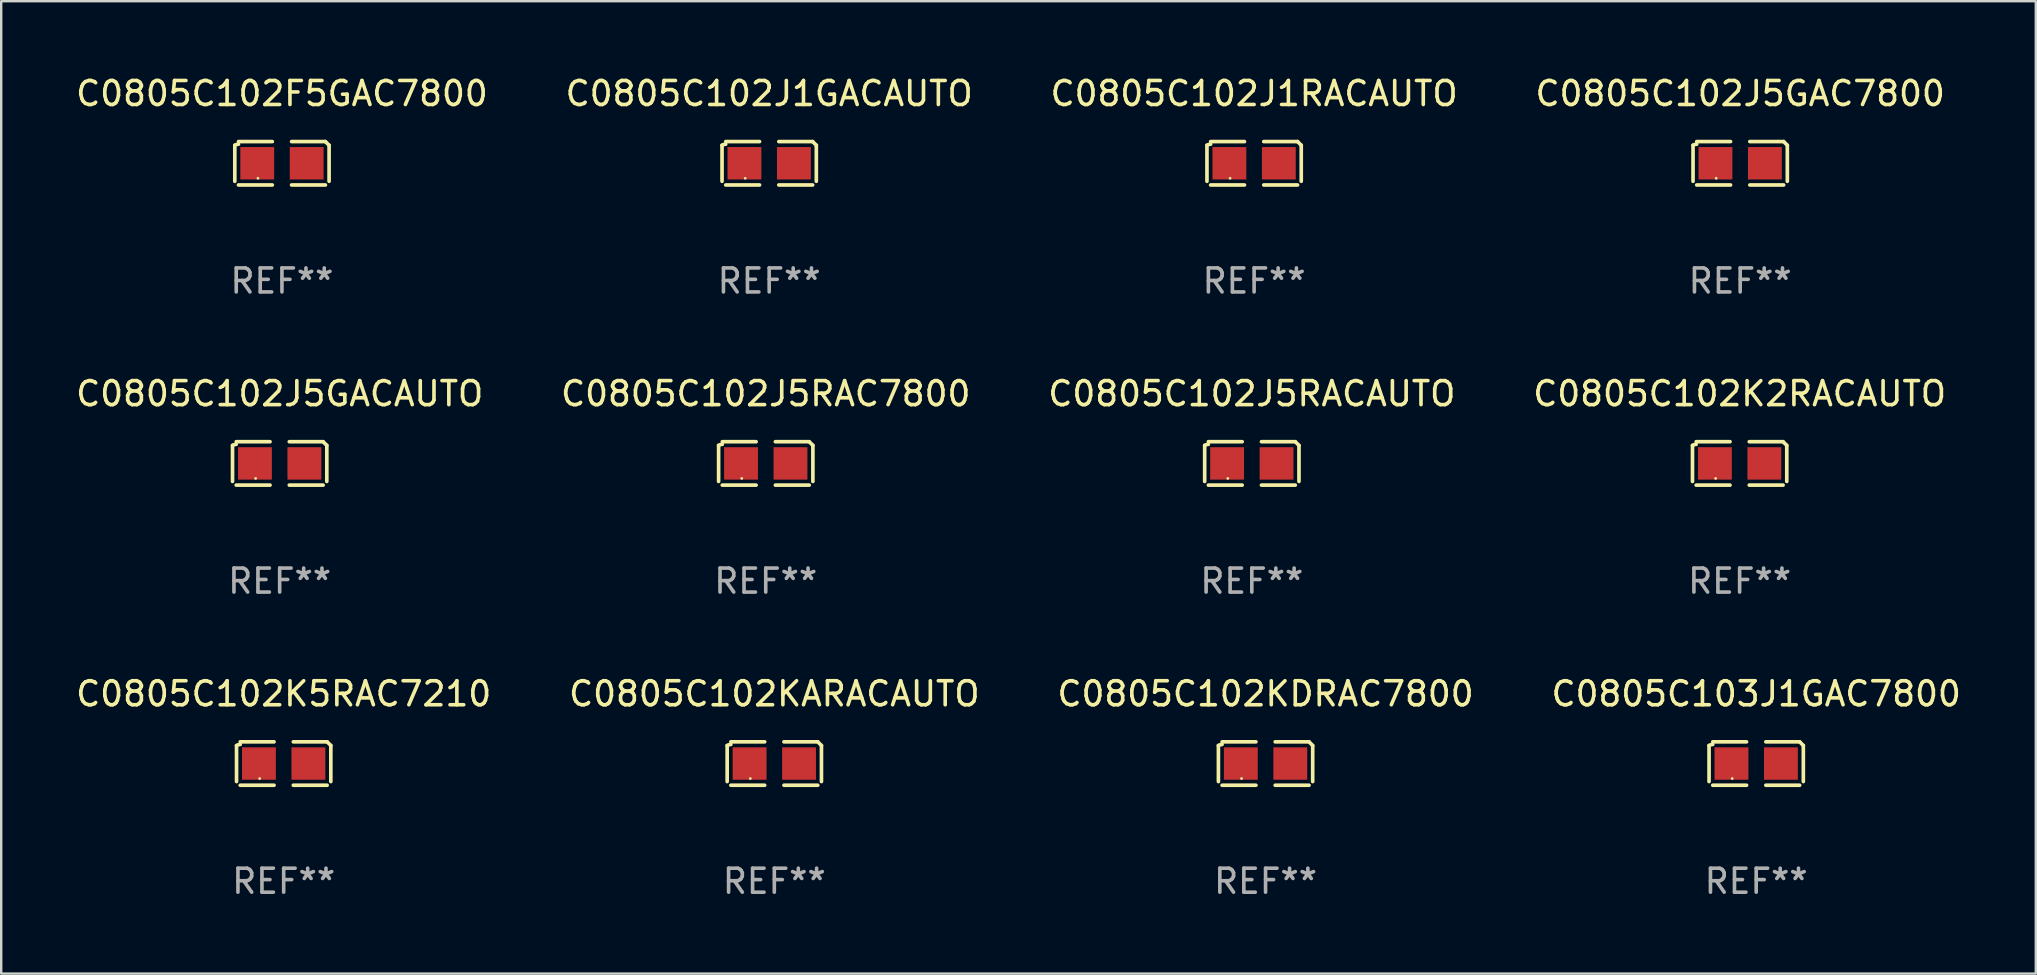
<source format=kicad_pcb>
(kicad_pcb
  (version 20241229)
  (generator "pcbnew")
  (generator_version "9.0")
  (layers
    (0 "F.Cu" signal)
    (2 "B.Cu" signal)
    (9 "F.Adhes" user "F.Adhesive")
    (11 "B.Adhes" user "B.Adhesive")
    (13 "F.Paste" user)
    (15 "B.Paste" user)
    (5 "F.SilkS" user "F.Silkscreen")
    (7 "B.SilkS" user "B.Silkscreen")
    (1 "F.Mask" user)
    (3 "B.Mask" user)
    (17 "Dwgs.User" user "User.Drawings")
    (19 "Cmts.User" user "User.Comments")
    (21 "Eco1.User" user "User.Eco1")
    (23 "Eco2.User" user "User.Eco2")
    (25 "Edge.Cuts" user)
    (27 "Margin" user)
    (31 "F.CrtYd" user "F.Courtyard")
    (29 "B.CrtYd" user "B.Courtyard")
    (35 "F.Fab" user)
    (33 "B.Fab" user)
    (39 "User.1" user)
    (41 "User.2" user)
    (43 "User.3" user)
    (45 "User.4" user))
  (footprint "C0805C102KARACAUTO"
    (layer "F.Cu")
    (at 29.208 28.759)
    (property "Reference" "C0805C102KARACAUTO" (at 0 -2.904 0) (layer "F.SilkS") (effects (font (size 1 1) (thickness 0.15))))
    (attr through_hole)
    (fp_line (start -1.964 0.751) (end -1.964 -0.751) (stroke (width 0.152) (type solid)) (layer "F.SilkS"))
    (fp_line (start -1.811 -0.904) (end -0.401 -0.904) (stroke (width 0.152) (type solid)) (layer "F.SilkS"))
    (fp_line (start -0.401 0.904) (end -1.811 0.904) (stroke (width 0.152) (type solid)) (layer "F.SilkS"))
    (fp_line (start 0.401 0.904) (end 1.811 0.904) (stroke (width 0.152) (type solid)) (layer "F.SilkS"))
    (fp_line (start 1.811 -0.904) (end 0.401 -0.904) (stroke (width 0.152) (type solid)) (layer "F.SilkS"))
    (fp_line (start 1.964 0.751) (end 1.964 -0.751) (stroke (width 0.152) (type solid)) (layer "F.SilkS"))
    (fp_arc (start -1.963602 -0.751207) (mid -1.890354 -0.783131) (end -1.811201 -0.794044) (stroke (width 0.1524) (type solid)) (layer "F.SilkS"))
    (fp_arc (start 1.811202 -0.903607) (mid 1.887413 -0.827418) (end 1.963602 -0.751207) (stroke (width 0.1524) (type solid)) (layer "F.SilkS"))
    (fp_circle (center -1 0.625) (end -0.97 0.625) (stroke (width 0.06) (type solid)) (fill no) (layer "F.SilkS"))
    (fp_text user "REF**" (at 0 4.904 0) (layer "F.Fab") (effects (font (size 1 1) (thickness 0.15))))
    (pad "1" smd rect (at -1.03 0) (size 1.41 1.35) (layers "F.Cu" "F.Mask" "F.Paste"))
    (pad "2" smd rect (at 1.03 0) (size 1.41 1.35) (layers "F.Cu" "F.Mask" "F.Paste")))
  (footprint "C0805C102KDRAC7800"
    (layer "F.Cu")
    (at 49.673 28.759)
    (property "Reference" "C0805C102KDRAC7800" (at 0 -2.904 0) (layer "F.SilkS") (effects (font (size 1 1) (thickness 0.15))))
    (attr through_hole)
    (fp_line (start -1.964 0.751) (end -1.964 -0.751) (stroke (width 0.152) (type solid)) (layer "F.SilkS"))
    (fp_line (start -1.811 -0.904) (end -0.401 -0.904) (stroke (width 0.152) (type solid)) (layer "F.SilkS"))
    (fp_line (start -0.401 0.904) (end -1.811 0.904) (stroke (width 0.152) (type solid)) (layer "F.SilkS"))
    (fp_line (start 0.401 0.904) (end 1.811 0.904) (stroke (width 0.152) (type solid)) (layer "F.SilkS"))
    (fp_line (start 1.811 -0.904) (end 0.401 -0.904) (stroke (width 0.152) (type solid)) (layer "F.SilkS"))
    (fp_line (start 1.964 0.751) (end 1.964 -0.751) (stroke (width 0.152) (type solid)) (layer "F.SilkS"))
    (fp_arc (start -1.963602 -0.751207) (mid -1.890354 -0.783131) (end -1.811201 -0.794044) (stroke (width 0.1524) (type solid)) (layer "F.SilkS"))
    (fp_arc (start 1.811202 -0.903607) (mid 1.887413 -0.827418) (end 1.963602 -0.751207) (stroke (width 0.1524) (type solid)) (layer "F.SilkS"))
    (fp_circle (center -1 0.625) (end -0.97 0.625) (stroke (width 0.06) (type solid)) (fill no) (layer "F.SilkS"))
    (fp_text user "REF**" (at 0 4.904 0) (layer "F.Fab") (effects (font (size 1 1) (thickness 0.15))))
    (pad "1" smd rect (at -1.03 0) (size 1.41 1.35) (layers "F.Cu" "F.Mask" "F.Paste"))
    (pad "2" smd rect (at 1.03 0) (size 1.41 1.35) (layers "F.Cu" "F.Mask" "F.Paste")))
  (footprint "C0805C102J1RACAUTO"
    (layer "F.Cu")
    (at 49.196 3.752)
    (property "Reference" "C0805C102J1RACAUTO" (at 0 -2.904 0) (layer "F.SilkS") (effects (font (size 1 1) (thickness 0.15))))
    (attr through_hole)
    (fp_line (start -1.964 0.751) (end -1.964 -0.751) (stroke (width 0.152) (type solid)) (layer "F.SilkS"))
    (fp_line (start -1.811 -0.904) (end -0.401 -0.904) (stroke (width 0.152) (type solid)) (layer "F.SilkS"))
    (fp_line (start -0.401 0.904) (end -1.811 0.904) (stroke (width 0.152) (type solid)) (layer "F.SilkS"))
    (fp_line (start 0.401 0.904) (end 1.811 0.904) (stroke (width 0.152) (type solid)) (layer "F.SilkS"))
    (fp_line (start 1.811 -0.904) (end 0.401 -0.904) (stroke (width 0.152) (type solid)) (layer "F.SilkS"))
    (fp_line (start 1.964 0.751) (end 1.964 -0.751) (stroke (width 0.152) (type solid)) (layer "F.SilkS"))
    (fp_arc (start -1.963602 -0.751207) (mid -1.890354 -0.783131) (end -1.811201 -0.794044) (stroke (width 0.1524) (type solid)) (layer "F.SilkS"))
    (fp_arc (start 1.811202 -0.903607) (mid 1.887413 -0.827418) (end 1.963602 -0.751207) (stroke (width 0.1524) (type solid)) (layer "F.SilkS"))
    (fp_circle (center -1 0.625) (end -0.97 0.625) (stroke (width 0.06) (type solid)) (fill no) (layer "F.SilkS"))
    (fp_text user "REF**" (at 0 4.904 0) (layer "F.Fab") (effects (font (size 1 1) (thickness 0.15))))
    (pad "1" smd rect (at -1.03 0) (size 1.41 1.35) (layers "F.Cu" "F.Mask" "F.Paste"))
    (pad "2" smd rect (at 1.03 0) (size 1.41 1.35) (layers "F.Cu" "F.Mask" "F.Paste")))
  (footprint "C0805C102K2RACAUTO"
    (layer "F.Cu")
    (at 69.423 16.256)
    (property "Reference" "C0805C102K2RACAUTO" (at 0 -2.904 0) (layer "F.SilkS") (effects (font (size 1 1) (thickness 0.15))))
    (attr through_hole)
    (fp_line (start -1.964 0.751) (end -1.964 -0.751) (stroke (width 0.152) (type solid)) (layer "F.SilkS"))
    (fp_line (start -1.811 -0.904) (end -0.401 -0.904) (stroke (width 0.152) (type solid)) (layer "F.SilkS"))
    (fp_line (start -0.401 0.904) (end -1.811 0.904) (stroke (width 0.152) (type solid)) (layer "F.SilkS"))
    (fp_line (start 0.401 0.904) (end 1.811 0.904) (stroke (width 0.152) (type solid)) (layer "F.SilkS"))
    (fp_line (start 1.811 -0.904) (end 0.401 -0.904) (stroke (width 0.152) (type solid)) (layer "F.SilkS"))
    (fp_line (start 1.964 0.751) (end 1.964 -0.751) (stroke (width 0.152) (type solid)) (layer "F.SilkS"))
    (fp_arc (start -1.963602 -0.751207) (mid -1.890354 -0.783131) (end -1.811201 -0.794044) (stroke (width 0.1524) (type solid)) (layer "F.SilkS"))
    (fp_arc (start 1.811202 -0.903607) (mid 1.887413 -0.827418) (end 1.963602 -0.751207) (stroke (width 0.1524) (type solid)) (layer "F.SilkS"))
    (fp_circle (center -1 0.625) (end -0.97 0.625) (stroke (width 0.06) (type solid)) (fill no) (layer "F.SilkS"))
    (fp_text user "REF**" (at 0 4.904 0) (layer "F.Fab") (effects (font (size 1 1) (thickness 0.15))))
    (pad "1" smd rect (at -1.03 0) (size 1.41 1.35) (layers "F.Cu" "F.Mask" "F.Paste"))
    (pad "2" smd rect (at 1.03 0) (size 1.41 1.35) (layers "F.Cu" "F.Mask" "F.Paste")))
  (footprint "C0805C102J5RACAUTO"
    (layer "F.Cu")
    (at 49.101 16.256)
    (property "Reference" "C0805C102J5RACAUTO" (at 0 -2.904 0) (layer "F.SilkS") (effects (font (size 1 1) (thickness 0.15))))
    (attr through_hole)
    (fp_line (start -1.964 0.751) (end -1.964 -0.751) (stroke (width 0.152) (type solid)) (layer "F.SilkS"))
    (fp_line (start -1.811 -0.904) (end -0.401 -0.904) (stroke (width 0.152) (type solid)) (layer "F.SilkS"))
    (fp_line (start -0.401 0.904) (end -1.811 0.904) (stroke (width 0.152) (type solid)) (layer "F.SilkS"))
    (fp_line (start 0.401 0.904) (end 1.811 0.904) (stroke (width 0.152) (type solid)) (layer "F.SilkS"))
    (fp_line (start 1.811 -0.904) (end 0.401 -0.904) (stroke (width 0.152) (type solid)) (layer "F.SilkS"))
    (fp_line (start 1.964 0.751) (end 1.964 -0.751) (stroke (width 0.152) (type solid)) (layer "F.SilkS"))
    (fp_arc (start -1.963602 -0.751207) (mid -1.890354 -0.783131) (end -1.811201 -0.794044) (stroke (width 0.1524) (type solid)) (layer "F.SilkS"))
    (fp_arc (start 1.811202 -0.903607) (mid 1.887413 -0.827418) (end 1.963602 -0.751207) (stroke (width 0.1524) (type solid)) (layer "F.SilkS"))
    (fp_circle (center -1 0.625) (end -0.97 0.625) (stroke (width 0.06) (type solid)) (fill no) (layer "F.SilkS"))
    (fp_text user "REF**" (at 0 4.904 0) (layer "F.Fab") (effects (font (size 1 1) (thickness 0.15))))
    (pad "1" smd rect (at -1.03 0) (size 1.41 1.35) (layers "F.Cu" "F.Mask" "F.Paste"))
    (pad "2" smd rect (at 1.03 0) (size 1.41 1.35) (layers "F.Cu" "F.Mask" "F.Paste")))
  (footprint "C0805C102J5GAC7800"
    (layer "F.Cu")
    (at 69.446 3.752)
    (property "Reference" "C0805C102J5GAC7800" (at 0 -2.904 0) (layer "F.SilkS") (effects (font (size 1 1) (thickness 0.15))))
    (attr through_hole)
    (fp_line (start -1.964 0.751) (end -1.964 -0.751) (stroke (width 0.152) (type solid)) (layer "F.SilkS"))
    (fp_line (start -1.811 -0.904) (end -0.401 -0.904) (stroke (width 0.152) (type solid)) (layer "F.SilkS"))
    (fp_line (start -0.401 0.904) (end -1.811 0.904) (stroke (width 0.152) (type solid)) (layer "F.SilkS"))
    (fp_line (start 0.401 0.904) (end 1.811 0.904) (stroke (width 0.152) (type solid)) (layer "F.SilkS"))
    (fp_line (start 1.811 -0.904) (end 0.401 -0.904) (stroke (width 0.152) (type solid)) (layer "F.SilkS"))
    (fp_line (start 1.964 0.751) (end 1.964 -0.751) (stroke (width 0.152) (type solid)) (layer "F.SilkS"))
    (fp_arc (start -1.963602 -0.751207) (mid -1.890354 -0.783131) (end -1.811201 -0.794044) (stroke (width 0.1524) (type solid)) (layer "F.SilkS"))
    (fp_arc (start 1.811202 -0.903607) (mid 1.887413 -0.827418) (end 1.963602 -0.751207) (stroke (width 0.1524) (type solid)) (layer "F.SilkS"))
    (fp_circle (center -1 0.625) (end -0.97 0.625) (stroke (width 0.06) (type solid)) (fill no) (layer "F.SilkS"))
    (fp_text user "REF**" (at 0 4.904 0) (layer "F.Fab") (effects (font (size 1 1) (thickness 0.15))))
    (pad "1" smd rect (at -1.03 0) (size 1.41 1.35) (layers "F.Cu" "F.Mask" "F.Paste"))
    (pad "2" smd rect (at 1.03 0) (size 1.41 1.35) (layers "F.Cu" "F.Mask" "F.Paste")))
  (footprint "C0805C102J1GACAUTO"
    (layer "F.Cu")
    (at 28.994 3.752)
    (property "Reference" "C0805C102J1GACAUTO" (at 0 -2.904 0) (layer "F.SilkS") (effects (font (size 1 1) (thickness 0.15))))
    (attr through_hole)
    (fp_line (start -1.964 0.751) (end -1.964 -0.751) (stroke (width 0.152) (type solid)) (layer "F.SilkS"))
    (fp_line (start -1.811 -0.904) (end -0.401 -0.904) (stroke (width 0.152) (type solid)) (layer "F.SilkS"))
    (fp_line (start -0.401 0.904) (end -1.811 0.904) (stroke (width 0.152) (type solid)) (layer "F.SilkS"))
    (fp_line (start 0.401 0.904) (end 1.811 0.904) (stroke (width 0.152) (type solid)) (layer "F.SilkS"))
    (fp_line (start 1.811 -0.904) (end 0.401 -0.904) (stroke (width 0.152) (type solid)) (layer "F.SilkS"))
    (fp_line (start 1.964 0.751) (end 1.964 -0.751) (stroke (width 0.152) (type solid)) (layer "F.SilkS"))
    (fp_arc (start -1.963602 -0.751207) (mid -1.890354 -0.783131) (end -1.811201 -0.794044) (stroke (width 0.1524) (type solid)) (layer "F.SilkS"))
    (fp_arc (start 1.811202 -0.903607) (mid 1.887413 -0.827418) (end 1.963602 -0.751207) (stroke (width 0.1524) (type solid)) (layer "F.SilkS"))
    (fp_circle (center -1 0.625) (end -0.97 0.625) (stroke (width 0.06) (type solid)) (fill no) (layer "F.SilkS"))
    (fp_text user "REF**" (at 0 4.904 0) (layer "F.Fab") (effects (font (size 1 1) (thickness 0.15))))
    (pad "1" smd rect (at -1.03 0) (size 1.41 1.35) (layers "F.Cu" "F.Mask" "F.Paste"))
    (pad "2" smd rect (at 1.03 0) (size 1.41 1.35) (layers "F.Cu" "F.Mask" "F.Paste")))
  (footprint "C0805C102J5RAC7800"
    (layer "F.Cu")
    (at 28.851 16.256)
    (property "Reference" "C0805C102J5RAC7800" (at 0 -2.904 0) (layer "F.SilkS") (effects (font (size 1 1) (thickness 0.15))))
    (attr through_hole)
    (fp_line (start -1.964 0.751) (end -1.964 -0.751) (stroke (width 0.152) (type solid)) (layer "F.SilkS"))
    (fp_line (start -1.811 -0.904) (end -0.401 -0.904) (stroke (width 0.152) (type solid)) (layer "F.SilkS"))
    (fp_line (start -0.401 0.904) (end -1.811 0.904) (stroke (width 0.152) (type solid)) (layer "F.SilkS"))
    (fp_line (start 0.401 0.904) (end 1.811 0.904) (stroke (width 0.152) (type solid)) (layer "F.SilkS"))
    (fp_line (start 1.811 -0.904) (end 0.401 -0.904) (stroke (width 0.152) (type solid)) (layer "F.SilkS"))
    (fp_line (start 1.964 0.751) (end 1.964 -0.751) (stroke (width 0.152) (type solid)) (layer "F.SilkS"))
    (fp_arc (start -1.963602 -0.751207) (mid -1.890354 -0.783131) (end -1.811201 -0.794044) (stroke (width 0.1524) (type solid)) (layer "F.SilkS"))
    (fp_arc (start 1.811202 -0.903607) (mid 1.887413 -0.827418) (end 1.963602 -0.751207) (stroke (width 0.1524) (type solid)) (layer "F.SilkS"))
    (fp_circle (center -1 0.625) (end -0.97 0.625) (stroke (width 0.06) (type solid)) (fill no) (layer "F.SilkS"))
    (fp_text user "REF**" (at 0 4.904 0) (layer "F.Fab") (effects (font (size 1 1) (thickness 0.15))))
    (pad "1" smd rect (at -1.03 0) (size 1.41 1.35) (layers "F.Cu" "F.Mask" "F.Paste"))
    (pad "2" smd rect (at 1.03 0) (size 1.41 1.35) (layers "F.Cu" "F.Mask" "F.Paste")))
  (footprint "C0805C102F5GAC7800"
    (layer "F.Cu")
    (at 8.696 3.752)
    (property "Reference" "C0805C102F5GAC7800" (at 0 -2.904 0) (layer "F.SilkS") (effects (font (size 1 1) (thickness 0.15))))
    (attr through_hole)
    (fp_line (start -1.964 0.751) (end -1.964 -0.751) (stroke (width 0.152) (type solid)) (layer "F.SilkS"))
    (fp_line (start -1.811 -0.904) (end -0.401 -0.904) (stroke (width 0.152) (type solid)) (layer "F.SilkS"))
    (fp_line (start -0.401 0.904) (end -1.811 0.904) (stroke (width 0.152) (type solid)) (layer "F.SilkS"))
    (fp_line (start 0.401 0.904) (end 1.811 0.904) (stroke (width 0.152) (type solid)) (layer "F.SilkS"))
    (fp_line (start 1.811 -0.904) (end 0.401 -0.904) (stroke (width 0.152) (type solid)) (layer "F.SilkS"))
    (fp_line (start 1.964 0.751) (end 1.964 -0.751) (stroke (width 0.152) (type solid)) (layer "F.SilkS"))
    (fp_arc (start -1.963602 -0.751207) (mid -1.890354 -0.783131) (end -1.811201 -0.794044) (stroke (width 0.1524) (type solid)) (layer "F.SilkS"))
    (fp_arc (start 1.811202 -0.903607) (mid 1.887413 -0.827418) (end 1.963602 -0.751207) (stroke (width 0.1524) (type solid)) (layer "F.SilkS"))
    (fp_circle (center -1 0.625) (end -0.97 0.625) (stroke (width 0.06) (type solid)) (fill no) (layer "F.SilkS"))
    (fp_text user "REF**" (at 0 4.904 0) (layer "F.Fab") (effects (font (size 1 1) (thickness 0.15))))
    (pad "1" smd rect (at -1.03 0) (size 1.41 1.35) (layers "F.Cu" "F.Mask" "F.Paste"))
    (pad "2" smd rect (at 1.03 0) (size 1.41 1.35) (layers "F.Cu" "F.Mask" "F.Paste")))
  (footprint "C0805C102K5RAC7210"
    (layer "F.Cu")
    (at 8.768 28.759)
    (property "Reference" "C0805C102K5RAC7210" (at 0 -2.904 0) (layer "F.SilkS") (effects (font (size 1 1) (thickness 0.15))))
    (attr through_hole)
    (fp_line (start -1.964 0.751) (end -1.964 -0.751) (stroke (width 0.152) (type solid)) (layer "F.SilkS"))
    (fp_line (start -1.811 -0.904) (end -0.401 -0.904) (stroke (width 0.152) (type solid)) (layer "F.SilkS"))
    (fp_line (start -0.401 0.904) (end -1.811 0.904) (stroke (width 0.152) (type solid)) (layer "F.SilkS"))
    (fp_line (start 0.401 0.904) (end 1.811 0.904) (stroke (width 0.152) (type solid)) (layer "F.SilkS"))
    (fp_line (start 1.811 -0.904) (end 0.401 -0.904) (stroke (width 0.152) (type solid)) (layer "F.SilkS"))
    (fp_line (start 1.964 0.751) (end 1.964 -0.751) (stroke (width 0.152) (type solid)) (layer "F.SilkS"))
    (fp_arc (start -1.963602 -0.751207) (mid -1.890354 -0.783131) (end -1.811201 -0.794044) (stroke (width 0.1524) (type solid)) (layer "F.SilkS"))
    (fp_arc (start 1.811202 -0.903607) (mid 1.887413 -0.827418) (end 1.963602 -0.751207) (stroke (width 0.1524) (type solid)) (layer "F.SilkS"))
    (fp_circle (center -1 0.625) (end -0.97 0.625) (stroke (width 0.06) (type solid)) (fill no) (layer "F.SilkS"))
    (fp_text user "REF**" (at 0 4.904 0) (layer "F.Fab") (effects (font (size 1 1) (thickness 0.15))))
    (pad "1" smd rect (at -1.03 0) (size 1.41 1.35) (layers "F.Cu" "F.Mask" "F.Paste"))
    (pad "2" smd rect (at 1.03 0) (size 1.41 1.35) (layers "F.Cu" "F.Mask" "F.Paste")))
  (footprint "C0805C103J1GAC7800"
    (layer "F.Cu")
    (at 70.113 28.759)
    (property "Reference" "C0805C103J1GAC7800" (at 0 -2.904 0) (layer "F.SilkS") (effects (font (size 1 1) (thickness 0.15))))
    (attr through_hole)
    (fp_line (start -1.964 0.751) (end -1.964 -0.751) (stroke (width 0.152) (type solid)) (layer "F.SilkS"))
    (fp_line (start -1.811 -0.904) (end -0.401 -0.904) (stroke (width 0.152) (type solid)) (layer "F.SilkS"))
    (fp_line (start -0.401 0.904) (end -1.811 0.904) (stroke (width 0.152) (type solid)) (layer "F.SilkS"))
    (fp_line (start 0.401 0.904) (end 1.811 0.904) (stroke (width 0.152) (type solid)) (layer "F.SilkS"))
    (fp_line (start 1.811 -0.904) (end 0.401 -0.904) (stroke (width 0.152) (type solid)) (layer "F.SilkS"))
    (fp_line (start 1.964 0.751) (end 1.964 -0.751) (stroke (width 0.152) (type solid)) (layer "F.SilkS"))
    (fp_arc (start -1.963602 -0.751207) (mid -1.890354 -0.783131) (end -1.811201 -0.794044) (stroke (width 0.1524) (type solid)) (layer "F.SilkS"))
    (fp_arc (start 1.811202 -0.903607) (mid 1.887413 -0.827418) (end 1.963602 -0.751207) (stroke (width 0.1524) (type solid)) (layer "F.SilkS"))
    (fp_circle (center -1 0.625) (end -0.97 0.625) (stroke (width 0.06) (type solid)) (fill no) (layer "F.SilkS"))
    (fp_text user "REF**" (at 0 4.904 0) (layer "F.Fab") (effects (font (size 1 1) (thickness 0.15))))
    (pad "1" smd rect (at -1.03 0) (size 1.41 1.35) (layers "F.Cu" "F.Mask" "F.Paste"))
    (pad "2" smd rect (at 1.03 0) (size 1.41 1.35) (layers "F.Cu" "F.Mask" "F.Paste")))
  (footprint "C0805C102J5GACAUTO"
    (layer "F.Cu")
    (at 8.601 16.256)
    (property "Reference" "C0805C102J5GACAUTO" (at 0 -2.904 0) (layer "F.SilkS") (effects (font (size 1 1) (thickness 0.15))))
    (attr through_hole)
    (fp_line (start -1.964 0.751) (end -1.964 -0.751) (stroke (width 0.152) (type solid)) (layer "F.SilkS"))
    (fp_line (start -1.811 -0.904) (end -0.401 -0.904) (stroke (width 0.152) (type solid)) (layer "F.SilkS"))
    (fp_line (start -0.401 0.904) (end -1.811 0.904) (stroke (width 0.152) (type solid)) (layer "F.SilkS"))
    (fp_line (start 0.401 0.904) (end 1.811 0.904) (stroke (width 0.152) (type solid)) (layer "F.SilkS"))
    (fp_line (start 1.811 -0.904) (end 0.401 -0.904) (stroke (width 0.152) (type solid)) (layer "F.SilkS"))
    (fp_line (start 1.964 0.751) (end 1.964 -0.751) (stroke (width 0.152) (type solid)) (layer "F.SilkS"))
    (fp_arc (start -1.963602 -0.751207) (mid -1.890354 -0.783131) (end -1.811201 -0.794044) (stroke (width 0.1524) (type solid)) (layer "F.SilkS"))
    (fp_arc (start 1.811202 -0.903607) (mid 1.887413 -0.827418) (end 1.963602 -0.751207) (stroke (width 0.1524) (type solid)) (layer "F.SilkS"))
    (fp_circle (center -1 0.625) (end -0.97 0.625) (stroke (width 0.06) (type solid)) (fill no) (layer "F.SilkS"))
    (fp_text user "REF**" (at 0 4.904 0) (layer "F.Fab") (effects (font (size 1 1) (thickness 0.15))))
    (pad "1" smd rect (at -1.03 0) (size 1.41 1.35) (layers "F.Cu" "F.Mask" "F.Paste"))
    (pad "2" smd rect (at 1.03 0) (size 1.41 1.35) (layers "F.Cu" "F.Mask" "F.Paste")))
  (gr_rect
    (start -3 -3)
    (end 81.762 37.511)
    (stroke (width 0.1) (type default))
    (fill no)
    (layer "Edge.Cuts")))
</source>
